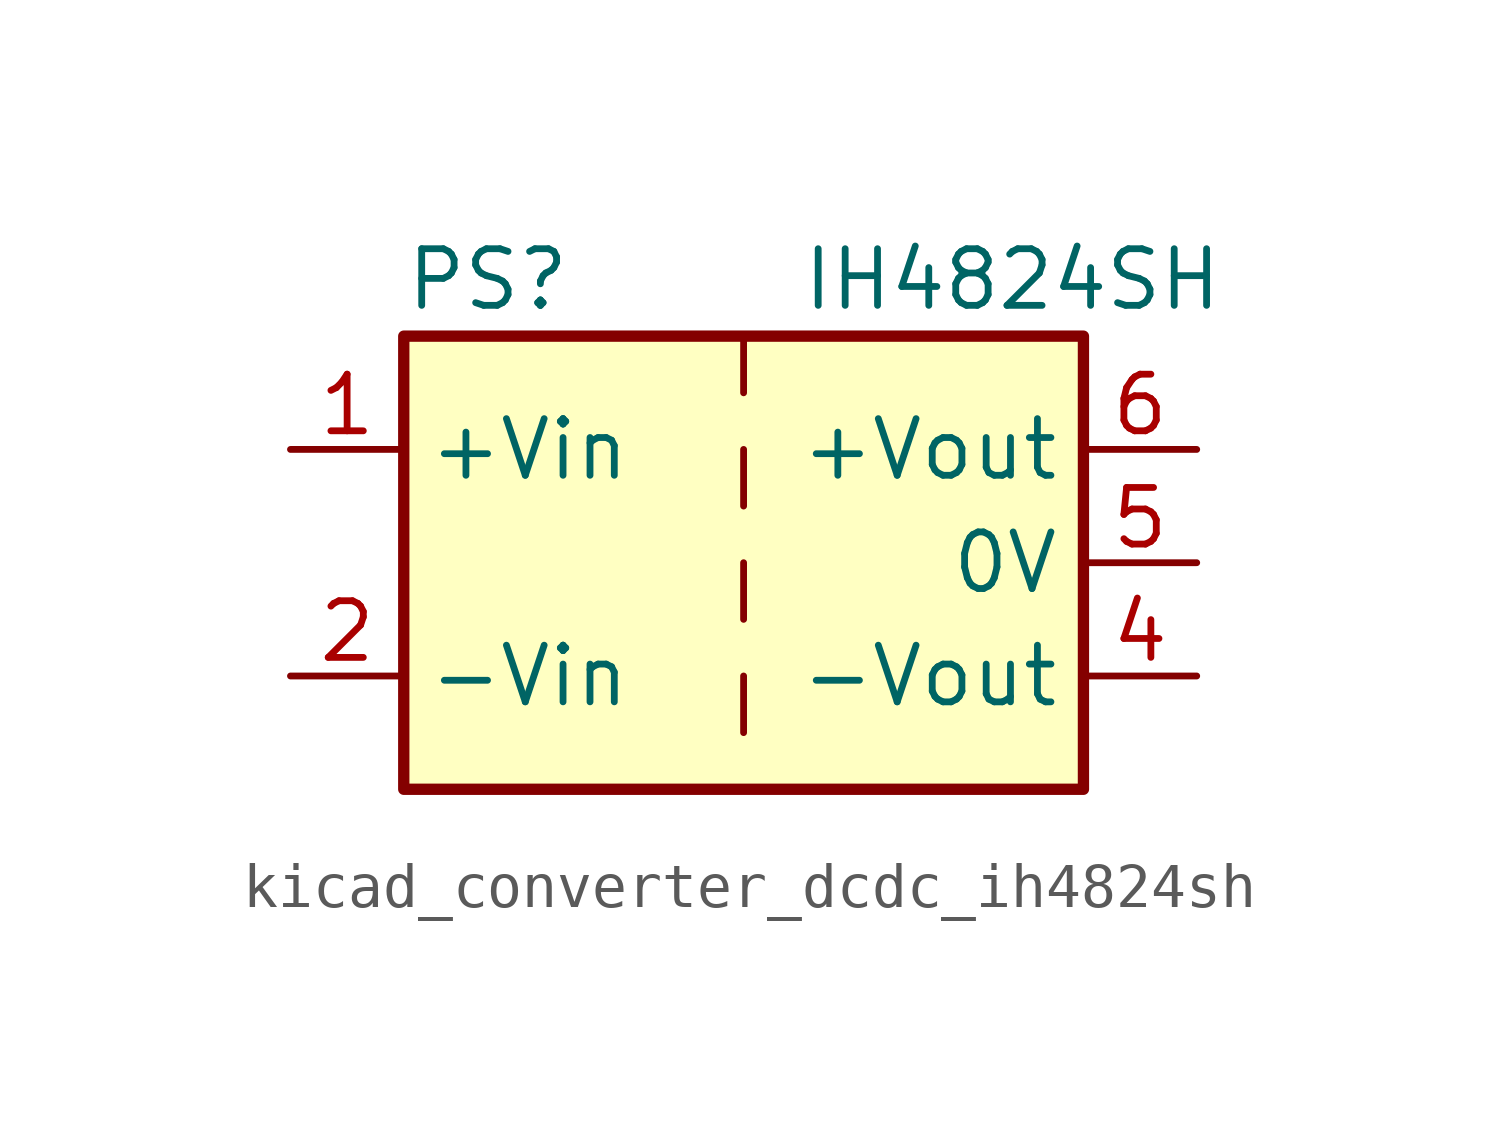
<source format=kicad_sym>
(kicad_symbol_lib
  (version 20220914)
  (generator kicad_symbol_editor)
  (symbol "kicad_converter_dcdc_ih4824sh"
    (property "Reference" "PS"
      (at -7.62 6.35 0)
      (effects (font (size 1.27 1.27)) (justify left)))
    (property "Value" "IH4824SH"
      (at 1.27 6.35 0)
      (effects (font (size 1.27 1.27)) (justify left)))
    (symbol "kicad_converter_dcdc_ih4824sh_0_0"
      (pin power_in line (at -10.16 2.54 0) (length 2.54) (name "+Vin" (effects (font (size 1.27 1.27)))) (number "1" (effects (font (size 1.27 1.27)))))
      (pin power_in line (at -10.16 -2.54 0) (length 2.54) (name "-Vin" (effects (font (size 1.27 1.27)))) (number "2" (effects (font (size 1.27 1.27)))))
      (pin power_out line (at 10.16 -2.54 180) (length 2.54) (name "-Vout" (effects (font (size 1.27 1.27)))) (number "4" (effects (font (size 1.27 1.27)))))
      (pin power_out line (at 10.16 0 180) (length 2.54) (name "0V" (effects (font (size 1.27 1.27)))) (number "5" (effects (font (size 1.27 1.27)))))
      (pin power_out line (at 10.16 2.54 180) (length 2.54) (name "+Vout" (effects (font (size 1.27 1.27)))) (number "6" (effects (font (size 1.27 1.27))))))
    (symbol "kicad_converter_dcdc_ih4824sh_0_1"
      (rectangle (start -7.62 5.08) (end 7.62 -5.08) (stroke (width 0.254) (type default)) (fill (type background)))
      (polyline (pts (xy 0 -2.54) (xy 0 -3.81)) (stroke (width 0) (type default)) (fill (type none)))
      (polyline (pts (xy 0 0) (xy 0 -1.27)) (stroke (width 0) (type default)) (fill (type none)))
      (polyline (pts (xy 0 2.54) (xy 0 1.27)) (stroke (width 0) (type default)) (fill (type none)))
      (polyline (pts (xy 0 5.08) (xy 0 3.81)) (stroke (width 0) (type default)) (fill (type none))))))
</source>
